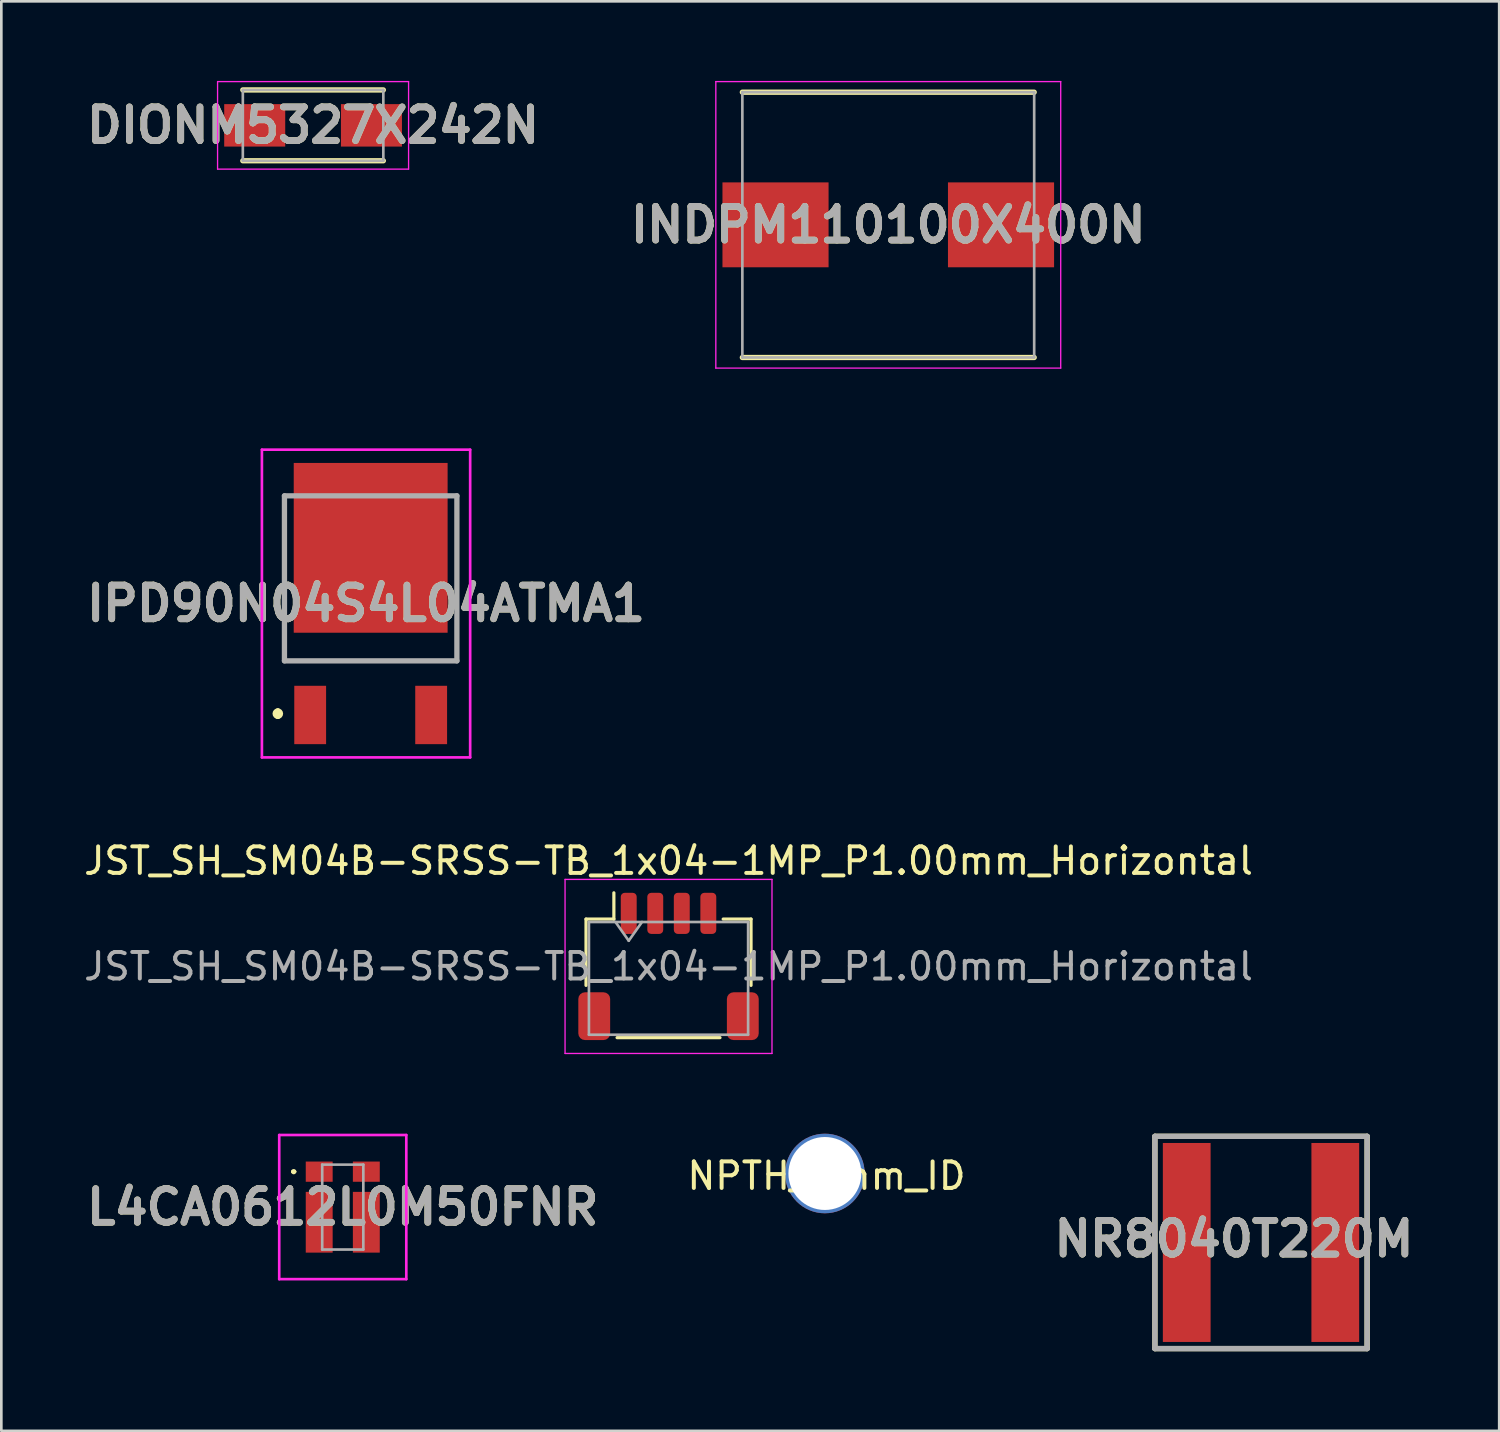
<source format=kicad_pcb>
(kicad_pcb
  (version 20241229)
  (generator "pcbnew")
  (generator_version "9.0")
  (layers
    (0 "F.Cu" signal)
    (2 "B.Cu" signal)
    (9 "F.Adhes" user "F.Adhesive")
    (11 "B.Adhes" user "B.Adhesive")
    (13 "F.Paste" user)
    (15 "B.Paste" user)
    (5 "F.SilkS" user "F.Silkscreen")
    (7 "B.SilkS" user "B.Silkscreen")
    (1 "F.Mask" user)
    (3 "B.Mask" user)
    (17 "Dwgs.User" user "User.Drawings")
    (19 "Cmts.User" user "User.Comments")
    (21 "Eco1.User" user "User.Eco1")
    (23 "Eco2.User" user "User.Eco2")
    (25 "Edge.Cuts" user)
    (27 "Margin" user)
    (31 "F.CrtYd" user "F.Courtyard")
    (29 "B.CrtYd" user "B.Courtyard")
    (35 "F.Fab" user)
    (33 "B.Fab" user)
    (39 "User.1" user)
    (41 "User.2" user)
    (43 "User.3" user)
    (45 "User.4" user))
  (footprint "NPTH_3mm_ID"
    (layer "F.Cu")
    (at 28.043 41.183)
    (property "Reference" "NPTH_3mm_ID" (at 0.06 0.09 0) (layer "F.SilkS") (effects (font (size 1 1) (thickness 0.15))))
    (attr through_hole)
    (pad "" np_thru_hole circle (at 0 0) (size 3 3) (drill 2.75) (layers "*.Cu" "*.Mask")))
  (footprint "JST_SH_SM04B-SRSS-TB_1x04-1MP_P1.00mm_Horizontal"
    (layer "F.Cu")
    (at 22.149 33.378)
    (property "Reference" "JST_SH_SM04B-SRSS-TB_1x04-1MP_P1.00mm_Horizontal" (at 0 -3.98 0) (layer "F.SilkS") (effects (font (size 1 1) (thickness 0.15))))
    (attr smd)
    (fp_line (start -3.11 -1.785) (end -2.06 -1.785) (stroke (width 0.12) (type solid)) (layer "F.SilkS"))
    (fp_line (start -3.11 0.715) (end -3.11 -1.785) (stroke (width 0.12) (type solid)) (layer "F.SilkS"))
    (fp_line (start -2.06 -1.785) (end -2.06 -2.775) (stroke (width 0.12) (type solid)) (layer "F.SilkS"))
    (fp_line (start -1.94 2.685) (end 1.94 2.685) (stroke (width 0.12) (type solid)) (layer "F.SilkS"))
    (fp_line (start 3.11 -1.785) (end 2.06 -1.785) (stroke (width 0.12) (type solid)) (layer "F.SilkS"))
    (fp_line (start 3.11 0.715) (end 3.11 -1.785) (stroke (width 0.12) (type solid)) (layer "F.SilkS"))
    (fp_line (start -3.9 -3.28) (end -3.9 3.28) (stroke (width 0.05) (type solid)) (layer "F.CrtYd"))
    (fp_line (start -3.9 3.28) (end 3.9 3.28) (stroke (width 0.05) (type solid)) (layer "F.CrtYd"))
    (fp_line (start 3.9 -3.28) (end -3.9 -3.28) (stroke (width 0.05) (type solid)) (layer "F.CrtYd"))
    (fp_line (start 3.9 3.28) (end 3.9 -3.28) (stroke (width 0.05) (type solid)) (layer "F.CrtYd"))
    (fp_line (start -3 -1.675) (end -3 2.575) (stroke (width 0.1) (type solid)) (layer "F.Fab"))
    (fp_line (start -3 -1.675) (end 3 -1.675) (stroke (width 0.1) (type solid)) (layer "F.Fab"))
    (fp_line (start -3 2.575) (end 3 2.575) (stroke (width 0.1) (type solid)) (layer "F.Fab"))
    (fp_line (start -2 -1.675) (end -1.5 -0.968) (stroke (width 0.1) (type solid)) (layer "F.Fab"))
    (fp_line (start -1.5 -0.968) (end -1 -1.675) (stroke (width 0.1) (type solid)) (layer "F.Fab"))
    (fp_line (start 3 -1.675) (end 3 2.575) (stroke (width 0.1) (type solid)) (layer "F.Fab"))
    (fp_text user "${REFERENCE}" (at 0 0 0) (layer "F.Fab") (effects (font (size 1 1) (thickness 0.15))))
    (pad "1" smd roundrect (at -1.5 -2) (size 0.6 1.55) (layers "F.Cu" "F.Mask" "F.Paste") (roundrect_rratio 0.25))
    (pad "2" smd roundrect (at -0.5 -2) (size 0.6 1.55) (layers "F.Cu" "F.Mask" "F.Paste") (roundrect_rratio 0.25))
    (pad "3" smd roundrect (at 0.5 -2) (size 0.6 1.55) (layers "F.Cu" "F.Mask" "F.Paste") (roundrect_rratio 0.25))
    (pad "4" smd roundrect (at 1.5 -2) (size 0.6 1.55) (layers "F.Cu" "F.Mask" "F.Paste") (roundrect_rratio 0.25))
    (pad "MP" smd roundrect (at -2.8 1.875) (size 1.2 1.8) (layers "F.Cu" "F.Mask" "F.Paste") (roundrect_rratio 0.208))
    (pad "MP" smd roundrect (at 2.8 1.875) (size 1.2 1.8) (layers "F.Cu" "F.Mask" "F.Paste") (roundrect_rratio 0.208)))
  (footprint "NR8040T220M"
    (layer "F.Cu")
    (at 44.482 43.783)
    (property "Reference" "NR8040T220M" (at -1.019 -0.137 0) (layer "F.SilkS") (effects (font (size 1.27 1.27) (thickness 0.254))))
    (attr smd)
    (fp_line (start -4 -4) (end -4 4) (stroke (width 0.2) (type solid)) (layer "F.SilkS"))
    (fp_line (start -4 4) (end 4 4) (stroke (width 0.2) (type solid)) (layer "F.SilkS"))
    (fp_line (start 4 -4) (end -4 -4) (stroke (width 0.2) (type solid)) (layer "F.SilkS"))
    (fp_line (start 4 4) (end 4 -4) (stroke (width 0.2) (type solid)) (layer "F.SilkS"))
    (fp_line (start -4 -4) (end 4 -4) (stroke (width 0.2) (type solid)) (layer "F.Fab"))
    (fp_line (start -4 4) (end -4 -4) (stroke (width 0.2) (type solid)) (layer "F.Fab"))
    (fp_line (start 4 -4) (end 4 4) (stroke (width 0.2) (type solid)) (layer "F.Fab"))
    (fp_line (start 4 4) (end -4 4) (stroke (width 0.2) (type solid)) (layer "F.Fab"))
    (fp_text user "${REFERENCE}" (at -1.019 -0.137 0) (layer "F.Fab") (effects (font (size 1.27 1.27) (thickness 0.254))))
    (pad "1" smd rect (at -2.8 0) (size 1.8 7.5) (layers "F.Cu" "F.Mask" "F.Paste"))
    (pad "2" smd rect (at 2.8 0) (size 1.8 7.5) (layers "F.Cu" "F.Mask" "F.Paste")))
  (footprint "DIONM5327X242N"
    (layer "F.Cu")
    (at 8.751 1.675)
    (property "Reference" "DIONM5327X242N" (at 0 0 0) (layer "F.SilkS") (effects (font (size 1.27 1.27) (thickness 0.254))))
    (attr smd)
    (fp_line (start -2.648 1.335) (end 2.648 1.335) (stroke (width 0.2) (type solid)) (layer "F.SilkS"))
    (fp_line (start 2.648 -1.335) (end -2.648 -1.335) (stroke (width 0.2) (type solid)) (layer "F.SilkS"))
    (fp_line (start -3.6 -1.65) (end 3.6 -1.65) (stroke (width 0.05) (type solid)) (layer "F.CrtYd"))
    (fp_line (start -3.6 1.65) (end -3.6 -1.65) (stroke (width 0.05) (type solid)) (layer "F.CrtYd"))
    (fp_line (start 3.6 -1.65) (end 3.6 1.65) (stroke (width 0.05) (type solid)) (layer "F.CrtYd"))
    (fp_line (start 3.6 1.65) (end -3.6 1.65) (stroke (width 0.05) (type solid)) (layer "F.CrtYd"))
    (fp_line (start -2.648 -1.335) (end 2.648 -1.335) (stroke (width 0.1) (type solid)) (layer "F.Fab"))
    (fp_line (start -2.648 1.335) (end -2.648 -1.335) (stroke (width 0.1) (type solid)) (layer "F.Fab"))
    (fp_line (start 2.648 -1.335) (end 2.648 1.335) (stroke (width 0.1) (type solid)) (layer "F.Fab"))
    (fp_line (start 2.648 1.335) (end -2.648 1.335) (stroke (width 0.1) (type solid)) (layer "F.Fab"))
    (fp_text user "${REFERENCE}" (at 0 0 0) (layer "F.Fab") (effects (font (size 1.27 1.27) (thickness 0.254))))
    (pad "1" smd rect (at -2.2 0 90) (size 1.6 2.3) (layers "F.Cu" "F.Mask" "F.Paste"))
    (pad "2" smd rect (at 2.2 0 90) (size 1.6 2.3) (layers "F.Cu" "F.Mask" "F.Paste")))
  (footprint "L4CA0612L0M50FNR"
    (layer "F.Cu")
    (at 9.87 42.449)
    (property "Reference" "L4CA0612L0M50FNR" (at 0 0 0) (layer "F.SilkS") (effects (font (size 1.27 1.27) (thickness 0.254))))
    (attr smd)
    (fp_line (start -1.9 -1.335) (end -1.9 -1.335) (stroke (width 0.1) (type solid)) (layer "F.SilkS"))
    (fp_line (start -1.8 -1.335) (end -1.8 -1.335) (stroke (width 0.1) (type solid)) (layer "F.SilkS"))
    (fp_arc (start -1.9 -1.335) (mid -1.85 -1.385) (end -1.8 -1.335) (stroke (width 0.1) (type solid)) (layer "F.SilkS"))
    (fp_arc (start -1.8 -1.335) (mid -1.85 -1.285) (end -1.9 -1.335) (stroke (width 0.1) (type solid)) (layer "F.SilkS"))
    (fp_line (start -2.395 -2.716) (end 2.395 -2.716) (stroke (width 0.1) (type solid)) (layer "F.CrtYd"))
    (fp_line (start -2.395 2.717) (end -2.395 -2.716) (stroke (width 0.1) (type solid)) (layer "F.CrtYd"))
    (fp_line (start 2.395 -2.716) (end 2.395 2.717) (stroke (width 0.1) (type solid)) (layer "F.CrtYd"))
    (fp_line (start 2.395 2.717) (end -2.395 2.717) (stroke (width 0.1) (type solid)) (layer "F.CrtYd"))
    (fp_line (start -0.775 -1.6) (end 0.775 -1.6) (stroke (width 0.1) (type solid)) (layer "F.Fab"))
    (fp_line (start -0.775 1.6) (end -0.775 -1.6) (stroke (width 0.1) (type solid)) (layer "F.Fab"))
    (fp_line (start 0.775 -1.6) (end 0.775 1.6) (stroke (width 0.1) (type solid)) (layer "F.Fab"))
    (fp_line (start 0.775 1.6) (end -0.775 1.6) (stroke (width 0.1) (type solid)) (layer "F.Fab"))
    (fp_text user "${REFERENCE}" (at 0 0 0) (layer "F.Fab") (effects (font (size 1.27 1.27) (thickness 0.254))))
    (pad "1" smd rect (at -0.888 -1.335 90) (size 0.762 1.014) (layers "F.Cu" "F.Mask" "F.Paste"))
    (pad "2" smd rect (at -0.888 0.572) (size 1.014 2.29) (layers "F.Cu" "F.Mask" "F.Paste"))
    (pad "3" smd rect (at 0.888 0.572) (size 1.014 2.29) (layers "F.Cu" "F.Mask" "F.Paste"))
    (pad "4" smd rect (at 0.888 -1.335 90) (size 0.762 1.014) (layers "F.Cu" "F.Mask" "F.Paste")))
  (footprint "IPD90N04S4L04ATMA1"
    (layer "F.Cu")
    (at 10.922 20.75)
    (property "Reference" "IPD90N04S4L04ATMA1" (at -0.175 -1.05 0) (layer "F.SilkS") (effects (font (size 1.27 1.27) (thickness 0.254))))
    (attr smd)
    (fp_line (start -3.5 3) (end -3.5 3) (stroke (width 0.2) (type solid)) (layer "F.SilkS"))
    (fp_line (start -3.5 3.2) (end -3.5 3.2) (stroke (width 0.2) (type solid)) (layer "F.SilkS"))
    (fp_line (start -3.25 -5.11) (end -3.25 1.11) (stroke (width 0.1) (type solid)) (layer "F.SilkS"))
    (fp_line (start -3.25 1.11) (end 3.25 1.11) (stroke (width 0.1) (type solid)) (layer "F.SilkS"))
    (fp_line (start 3.25 1.11) (end 3.25 -5.11) (stroke (width 0.1) (type solid)) (layer "F.SilkS"))
    (fp_arc (start -3.5 3) (mid -3.4 3.1) (end -3.5 3.2) (stroke (width 0.2) (type solid)) (layer "F.SilkS"))
    (fp_arc (start -3.5 3.2) (mid -3.6 3.1) (end -3.5 3) (stroke (width 0.2) (type solid)) (layer "F.SilkS"))
    (fp_line (start -4.1 -6.85) (end 3.75 -6.85) (stroke (width 0.1) (type solid)) (layer "F.CrtYd"))
    (fp_line (start -4.1 4.75) (end -4.1 -6.85) (stroke (width 0.1) (type solid)) (layer "F.CrtYd"))
    (fp_line (start 3.75 -6.85) (end 3.75 4.75) (stroke (width 0.1) (type solid)) (layer "F.CrtYd"))
    (fp_line (start 3.75 4.75) (end -4.1 4.75) (stroke (width 0.1) (type solid)) (layer "F.CrtYd"))
    (fp_line (start -3.25 -5.11) (end 3.25 -5.11) (stroke (width 0.2) (type solid)) (layer "F.Fab"))
    (fp_line (start -3.25 1.11) (end -3.25 -5.11) (stroke (width 0.2) (type solid)) (layer "F.Fab"))
    (fp_line (start 3.25 -5.11) (end 3.25 1.11) (stroke (width 0.2) (type solid)) (layer "F.Fab"))
    (fp_line (start 3.25 1.11) (end -3.25 1.11) (stroke (width 0.2) (type solid)) (layer "F.Fab"))
    (fp_text user "${REFERENCE}" (at -0.175 -1.05 0) (layer "F.Fab") (effects (font (size 1.27 1.27) (thickness 0.254))))
    (pad "1" smd rect (at -2.28 3.15) (size 1.2 2.2) (layers "F.Cu" "F.Mask" "F.Paste"))
    (pad "2" smd rect (at 0 -3.15) (size 5.8 6.4) (layers "F.Cu" "F.Mask" "F.Paste"))
    (pad "3" smd rect (at 2.28 3.15) (size 1.2 2.2) (layers "F.Cu" "F.Mask" "F.Paste")))
  (footprint "INDPM110100X400N"
    (layer "F.Cu")
    (at 30.432 5.425)
    (property "Reference" "INDPM110100X400N" (at 0 0 0) (layer "F.SilkS") (effects (font (size 1.27 1.27) (thickness 0.254))))
    (attr smd)
    (fp_line (start -5.5 5) (end 5.5 5) (stroke (width 0.2) (type solid)) (layer "F.SilkS"))
    (fp_line (start 5.5 -5) (end -5.5 -5) (stroke (width 0.2) (type solid)) (layer "F.SilkS"))
    (fp_line (start -6.5 -5.4) (end 6.5 -5.4) (stroke (width 0.05) (type solid)) (layer "F.CrtYd"))
    (fp_line (start -6.5 5.4) (end -6.5 -5.4) (stroke (width 0.05) (type solid)) (layer "F.CrtYd"))
    (fp_line (start 6.5 -5.4) (end 6.5 5.4) (stroke (width 0.05) (type solid)) (layer "F.CrtYd"))
    (fp_line (start 6.5 5.4) (end -6.5 5.4) (stroke (width 0.05) (type solid)) (layer "F.CrtYd"))
    (fp_line (start -5.5 -5) (end 5.5 -5) (stroke (width 0.1) (type solid)) (layer "F.Fab"))
    (fp_line (start -5.5 5) (end -5.5 -5) (stroke (width 0.1) (type solid)) (layer "F.Fab"))
    (fp_line (start 5.5 -5) (end 5.5 5) (stroke (width 0.1) (type solid)) (layer "F.Fab"))
    (fp_line (start 5.5 5) (end -5.5 5) (stroke (width 0.1) (type solid)) (layer "F.Fab"))
    (fp_text user "${REFERENCE}" (at 0 0 0) (layer "F.Fab") (effects (font (size 1.27 1.27) (thickness 0.254))))
    (pad "1" smd rect (at -4.25 0 90) (size 3.2 4) (layers "F.Cu" "F.Mask" "F.Paste"))
    (pad "2" smd rect (at 4.25 0 90) (size 3.2 4) (layers "F.Cu" "F.Mask" "F.Paste")))
  (gr_rect
    (start -3 -3)
    (end 53.46 50.883)
    (stroke (width 0.1) (type default))
    (fill no)
    (layer "Edge.Cuts")))
</source>
